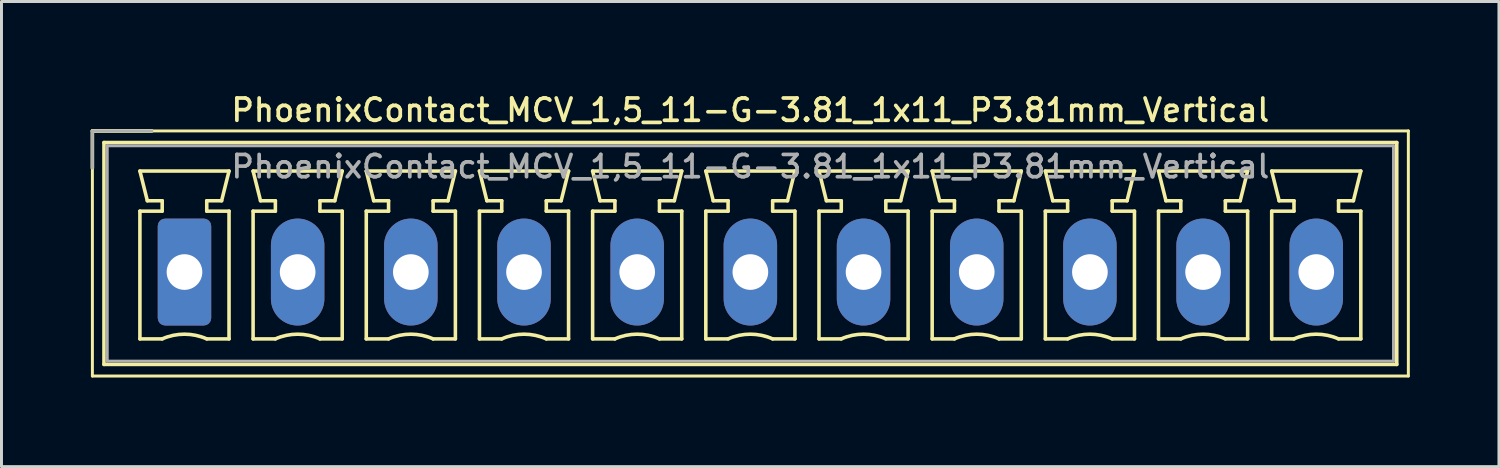
<source format=kicad_pcb>
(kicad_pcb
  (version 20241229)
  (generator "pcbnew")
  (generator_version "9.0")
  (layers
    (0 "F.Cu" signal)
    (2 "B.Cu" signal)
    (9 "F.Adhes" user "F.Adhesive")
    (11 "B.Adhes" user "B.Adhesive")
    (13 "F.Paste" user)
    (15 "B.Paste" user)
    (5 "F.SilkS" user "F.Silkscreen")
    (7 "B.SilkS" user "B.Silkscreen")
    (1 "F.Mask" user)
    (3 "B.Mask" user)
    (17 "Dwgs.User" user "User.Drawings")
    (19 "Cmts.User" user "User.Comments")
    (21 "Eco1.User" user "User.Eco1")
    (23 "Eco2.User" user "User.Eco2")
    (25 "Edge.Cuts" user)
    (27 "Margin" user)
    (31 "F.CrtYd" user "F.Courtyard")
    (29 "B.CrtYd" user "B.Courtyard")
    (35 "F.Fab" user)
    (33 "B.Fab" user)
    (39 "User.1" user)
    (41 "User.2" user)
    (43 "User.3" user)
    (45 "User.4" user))
  (footprint "PhoenixContact_MCV_1,5_11-G-3.81_1x11_P3.81mm_Vertical"
    (layer "F.Cu")
    (at 3.16 6.108)
    (property "Reference" "PhoenixContact_MCV_1,5_11-G-3.81_1x11_P3.81mm_Vertical" (at 19.05 -5.45 0) (layer "F.SilkS") (effects (font (size 0.75 0.75) (thickness 0.125))))
    (attr through_hole)
    (fp_line (start -3.1 -4.75) (end -3.1 3.5) (stroke (width 0.1) (type solid)) (layer "F.SilkS"))
    (fp_line (start -3.1 -4.75) (end -1.1 -4.75) (stroke (width 0.12) (type solid)) (layer "F.SilkS"))
    (fp_line (start -3.1 -3.5) (end -3.1 -4.75) (stroke (width 0.12) (type solid)) (layer "F.SilkS"))
    (fp_line (start -3.1 3.5) (end 41.2 3.5) (stroke (width 0.1) (type solid)) (layer "F.SilkS"))
    (fp_line (start -2.71 -4.36) (end -2.71 3.11) (stroke (width 0.12) (type solid)) (layer "F.SilkS"))
    (fp_line (start -2.71 3.11) (end 40.81 3.11) (stroke (width 0.12) (type solid)) (layer "F.SilkS"))
    (fp_line (start -1.5 -3.4) (end 1.5 -3.4) (stroke (width 0.12) (type solid)) (layer "F.SilkS"))
    (fp_line (start -1.5 -2.05) (end -0.75 -2.05) (stroke (width 0.12) (type solid)) (layer "F.SilkS"))
    (fp_line (start -1.5 2.25) (end -1.5 -2.05) (stroke (width 0.12) (type solid)) (layer "F.SilkS"))
    (fp_line (start -1.25 -2.4) (end -1.5 -3.4) (stroke (width 0.12) (type solid)) (layer "F.SilkS"))
    (fp_line (start -0.75 -2.4) (end -1.25 -2.4) (stroke (width 0.12) (type solid)) (layer "F.SilkS"))
    (fp_line (start -0.75 -2.05) (end -0.75 -2.4) (stroke (width 0.12) (type solid)) (layer "F.SilkS"))
    (fp_line (start -0.75 2.25) (end -1.5 2.25) (stroke (width 0.12) (type solid)) (layer "F.SilkS"))
    (fp_line (start 0.75 -2.4) (end 0.75 -2.05) (stroke (width 0.12) (type solid)) (layer "F.SilkS"))
    (fp_line (start 0.75 -2.05) (end 1.5 -2.05) (stroke (width 0.12) (type solid)) (layer "F.SilkS"))
    (fp_line (start 1.25 -2.4) (end 0.75 -2.4) (stroke (width 0.12) (type solid)) (layer "F.SilkS"))
    (fp_line (start 1.5 -3.4) (end 1.25 -2.4) (stroke (width 0.12) (type solid)) (layer "F.SilkS"))
    (fp_line (start 1.5 -2.05) (end 1.5 2.25) (stroke (width 0.12) (type solid)) (layer "F.SilkS"))
    (fp_line (start 1.5 2.25) (end 0.75 2.25) (stroke (width 0.12) (type solid)) (layer "F.SilkS"))
    (fp_line (start 2.31 -3.4) (end 5.31 -3.4) (stroke (width 0.12) (type solid)) (layer "F.SilkS"))
    (fp_line (start 2.31 -2.05) (end 3.06 -2.05) (stroke (width 0.12) (type solid)) (layer "F.SilkS"))
    (fp_line (start 2.31 2.25) (end 2.31 -2.05) (stroke (width 0.12) (type solid)) (layer "F.SilkS"))
    (fp_line (start 2.56 -2.4) (end 2.31 -3.4) (stroke (width 0.12) (type solid)) (layer "F.SilkS"))
    (fp_line (start 3.06 -2.4) (end 2.56 -2.4) (stroke (width 0.12) (type solid)) (layer "F.SilkS"))
    (fp_line (start 3.06 -2.05) (end 3.06 -2.4) (stroke (width 0.12) (type solid)) (layer "F.SilkS"))
    (fp_line (start 3.06 2.25) (end 2.31 2.25) (stroke (width 0.12) (type solid)) (layer "F.SilkS"))
    (fp_line (start 4.56 -2.4) (end 4.56 -2.05) (stroke (width 0.12) (type solid)) (layer "F.SilkS"))
    (fp_line (start 4.56 -2.05) (end 5.31 -2.05) (stroke (width 0.12) (type solid)) (layer "F.SilkS"))
    (fp_line (start 5.06 -2.4) (end 4.56 -2.4) (stroke (width 0.12) (type solid)) (layer "F.SilkS"))
    (fp_line (start 5.31 -3.4) (end 5.06 -2.4) (stroke (width 0.12) (type solid)) (layer "F.SilkS"))
    (fp_line (start 5.31 -2.05) (end 5.31 2.25) (stroke (width 0.12) (type solid)) (layer "F.SilkS"))
    (fp_line (start 5.31 2.25) (end 4.56 2.25) (stroke (width 0.12) (type solid)) (layer "F.SilkS"))
    (fp_line (start 6.12 -3.4) (end 9.12 -3.4) (stroke (width 0.12) (type solid)) (layer "F.SilkS"))
    (fp_line (start 6.12 -2.05) (end 6.87 -2.05) (stroke (width 0.12) (type solid)) (layer "F.SilkS"))
    (fp_line (start 6.12 2.25) (end 6.12 -2.05) (stroke (width 0.12) (type solid)) (layer "F.SilkS"))
    (fp_line (start 6.37 -2.4) (end 6.12 -3.4) (stroke (width 0.12) (type solid)) (layer "F.SilkS"))
    (fp_line (start 6.87 -2.4) (end 6.37 -2.4) (stroke (width 0.12) (type solid)) (layer "F.SilkS"))
    (fp_line (start 6.87 -2.05) (end 6.87 -2.4) (stroke (width 0.12) (type solid)) (layer "F.SilkS"))
    (fp_line (start 6.87 2.25) (end 6.12 2.25) (stroke (width 0.12) (type solid)) (layer "F.SilkS"))
    (fp_line (start 8.37 -2.4) (end 8.37 -2.05) (stroke (width 0.12) (type solid)) (layer "F.SilkS"))
    (fp_line (start 8.37 -2.05) (end 9.12 -2.05) (stroke (width 0.12) (type solid)) (layer "F.SilkS"))
    (fp_line (start 8.87 -2.4) (end 8.37 -2.4) (stroke (width 0.12) (type solid)) (layer "F.SilkS"))
    (fp_line (start 9.12 -3.4) (end 8.87 -2.4) (stroke (width 0.12) (type solid)) (layer "F.SilkS"))
    (fp_line (start 9.12 -2.05) (end 9.12 2.25) (stroke (width 0.12) (type solid)) (layer "F.SilkS"))
    (fp_line (start 9.12 2.25) (end 8.37 2.25) (stroke (width 0.12) (type solid)) (layer "F.SilkS"))
    (fp_line (start 9.93 -3.4) (end 12.93 -3.4) (stroke (width 0.12) (type solid)) (layer "F.SilkS"))
    (fp_line (start 9.93 -2.05) (end 10.68 -2.05) (stroke (width 0.12) (type solid)) (layer "F.SilkS"))
    (fp_line (start 9.93 2.25) (end 9.93 -2.05) (stroke (width 0.12) (type solid)) (layer "F.SilkS"))
    (fp_line (start 10.18 -2.4) (end 9.93 -3.4) (stroke (width 0.12) (type solid)) (layer "F.SilkS"))
    (fp_line (start 10.68 -2.4) (end 10.18 -2.4) (stroke (width 0.12) (type solid)) (layer "F.SilkS"))
    (fp_line (start 10.68 -2.05) (end 10.68 -2.4) (stroke (width 0.12) (type solid)) (layer "F.SilkS"))
    (fp_line (start 10.68 2.25) (end 9.93 2.25) (stroke (width 0.12) (type solid)) (layer "F.SilkS"))
    (fp_line (start 12.18 -2.4) (end 12.18 -2.05) (stroke (width 0.12) (type solid)) (layer "F.SilkS"))
    (fp_line (start 12.18 -2.05) (end 12.93 -2.05) (stroke (width 0.12) (type solid)) (layer "F.SilkS"))
    (fp_line (start 12.68 -2.4) (end 12.18 -2.4) (stroke (width 0.12) (type solid)) (layer "F.SilkS"))
    (fp_line (start 12.93 -3.4) (end 12.68 -2.4) (stroke (width 0.12) (type solid)) (layer "F.SilkS"))
    (fp_line (start 12.93 -2.05) (end 12.93 2.25) (stroke (width 0.12) (type solid)) (layer "F.SilkS"))
    (fp_line (start 12.93 2.25) (end 12.18 2.25) (stroke (width 0.12) (type solid)) (layer "F.SilkS"))
    (fp_line (start 13.74 -3.4) (end 16.74 -3.4) (stroke (width 0.12) (type solid)) (layer "F.SilkS"))
    (fp_line (start 13.74 -2.05) (end 14.49 -2.05) (stroke (width 0.12) (type solid)) (layer "F.SilkS"))
    (fp_line (start 13.74 2.25) (end 13.74 -2.05) (stroke (width 0.12) (type solid)) (layer "F.SilkS"))
    (fp_line (start 13.99 -2.4) (end 13.74 -3.4) (stroke (width 0.12) (type solid)) (layer "F.SilkS"))
    (fp_line (start 14.49 -2.4) (end 13.99 -2.4) (stroke (width 0.12) (type solid)) (layer "F.SilkS"))
    (fp_line (start 14.49 -2.05) (end 14.49 -2.4) (stroke (width 0.12) (type solid)) (layer "F.SilkS"))
    (fp_line (start 14.49 2.25) (end 13.74 2.25) (stroke (width 0.12) (type solid)) (layer "F.SilkS"))
    (fp_line (start 15.99 -2.4) (end 15.99 -2.05) (stroke (width 0.12) (type solid)) (layer "F.SilkS"))
    (fp_line (start 15.99 -2.05) (end 16.74 -2.05) (stroke (width 0.12) (type solid)) (layer "F.SilkS"))
    (fp_line (start 16.49 -2.4) (end 15.99 -2.4) (stroke (width 0.12) (type solid)) (layer "F.SilkS"))
    (fp_line (start 16.74 -3.4) (end 16.49 -2.4) (stroke (width 0.12) (type solid)) (layer "F.SilkS"))
    (fp_line (start 16.74 -2.05) (end 16.74 2.25) (stroke (width 0.12) (type solid)) (layer "F.SilkS"))
    (fp_line (start 16.74 2.25) (end 15.99 2.25) (stroke (width 0.12) (type solid)) (layer "F.SilkS"))
    (fp_line (start 17.55 -3.4) (end 20.55 -3.4) (stroke (width 0.12) (type solid)) (layer "F.SilkS"))
    (fp_line (start 17.55 -2.05) (end 18.3 -2.05) (stroke (width 0.12) (type solid)) (layer "F.SilkS"))
    (fp_line (start 17.55 2.25) (end 17.55 -2.05) (stroke (width 0.12) (type solid)) (layer "F.SilkS"))
    (fp_line (start 17.8 -2.4) (end 17.55 -3.4) (stroke (width 0.12) (type solid)) (layer "F.SilkS"))
    (fp_line (start 18.3 -2.4) (end 17.8 -2.4) (stroke (width 0.12) (type solid)) (layer "F.SilkS"))
    (fp_line (start 18.3 -2.05) (end 18.3 -2.4) (stroke (width 0.12) (type solid)) (layer "F.SilkS"))
    (fp_line (start 18.3 2.25) (end 17.55 2.25) (stroke (width 0.12) (type solid)) (layer "F.SilkS"))
    (fp_line (start 19.8 -2.4) (end 19.8 -2.05) (stroke (width 0.12) (type solid)) (layer "F.SilkS"))
    (fp_line (start 19.8 -2.05) (end 20.55 -2.05) (stroke (width 0.12) (type solid)) (layer "F.SilkS"))
    (fp_line (start 20.3 -2.4) (end 19.8 -2.4) (stroke (width 0.12) (type solid)) (layer "F.SilkS"))
    (fp_line (start 20.55 -3.4) (end 20.3 -2.4) (stroke (width 0.12) (type solid)) (layer "F.SilkS"))
    (fp_line (start 20.55 -2.05) (end 20.55 2.25) (stroke (width 0.12) (type solid)) (layer "F.SilkS"))
    (fp_line (start 20.55 2.25) (end 19.8 2.25) (stroke (width 0.12) (type solid)) (layer "F.SilkS"))
    (fp_line (start 21.36 -3.4) (end 24.36 -3.4) (stroke (width 0.12) (type solid)) (layer "F.SilkS"))
    (fp_line (start 21.36 -2.05) (end 22.11 -2.05) (stroke (width 0.12) (type solid)) (layer "F.SilkS"))
    (fp_line (start 21.36 2.25) (end 21.36 -2.05) (stroke (width 0.12) (type solid)) (layer "F.SilkS"))
    (fp_line (start 21.61 -2.4) (end 21.36 -3.4) (stroke (width 0.12) (type solid)) (layer "F.SilkS"))
    (fp_line (start 22.11 -2.4) (end 21.61 -2.4) (stroke (width 0.12) (type solid)) (layer "F.SilkS"))
    (fp_line (start 22.11 -2.05) (end 22.11 -2.4) (stroke (width 0.12) (type solid)) (layer "F.SilkS"))
    (fp_line (start 22.11 2.25) (end 21.36 2.25) (stroke (width 0.12) (type solid)) (layer "F.SilkS"))
    (fp_line (start 23.61 -2.4) (end 23.61 -2.05) (stroke (width 0.12) (type solid)) (layer "F.SilkS"))
    (fp_line (start 23.61 -2.05) (end 24.36 -2.05) (stroke (width 0.12) (type solid)) (layer "F.SilkS"))
    (fp_line (start 24.11 -2.4) (end 23.61 -2.4) (stroke (width 0.12) (type solid)) (layer "F.SilkS"))
    (fp_line (start 24.36 -3.4) (end 24.11 -2.4) (stroke (width 0.12) (type solid)) (layer "F.SilkS"))
    (fp_line (start 24.36 -2.05) (end 24.36 2.25) (stroke (width 0.12) (type solid)) (layer "F.SilkS"))
    (fp_line (start 24.36 2.25) (end 23.61 2.25) (stroke (width 0.12) (type solid)) (layer "F.SilkS"))
    (fp_line (start 25.17 -3.4) (end 28.17 -3.4) (stroke (width 0.12) (type solid)) (layer "F.SilkS"))
    (fp_line (start 25.17 -2.05) (end 25.92 -2.05) (stroke (width 0.12) (type solid)) (layer "F.SilkS"))
    (fp_line (start 25.17 2.25) (end 25.17 -2.05) (stroke (width 0.12) (type solid)) (layer "F.SilkS"))
    (fp_line (start 25.42 -2.4) (end 25.17 -3.4) (stroke (width 0.12) (type solid)) (layer "F.SilkS"))
    (fp_line (start 25.92 -2.4) (end 25.42 -2.4) (stroke (width 0.12) (type solid)) (layer "F.SilkS"))
    (fp_line (start 25.92 -2.05) (end 25.92 -2.4) (stroke (width 0.12) (type solid)) (layer "F.SilkS"))
    (fp_line (start 25.92 2.25) (end 25.17 2.25) (stroke (width 0.12) (type solid)) (layer "F.SilkS"))
    (fp_line (start 27.42 -2.4) (end 27.42 -2.05) (stroke (width 0.12) (type solid)) (layer "F.SilkS"))
    (fp_line (start 27.42 -2.05) (end 28.17 -2.05) (stroke (width 0.12) (type solid)) (layer "F.SilkS"))
    (fp_line (start 27.92 -2.4) (end 27.42 -2.4) (stroke (width 0.12) (type solid)) (layer "F.SilkS"))
    (fp_line (start 28.17 -3.4) (end 27.92 -2.4) (stroke (width 0.12) (type solid)) (layer "F.SilkS"))
    (fp_line (start 28.17 -2.05) (end 28.17 2.25) (stroke (width 0.12) (type solid)) (layer "F.SilkS"))
    (fp_line (start 28.17 2.25) (end 27.42 2.25) (stroke (width 0.12) (type solid)) (layer "F.SilkS"))
    (fp_line (start 28.98 -3.4) (end 31.98 -3.4) (stroke (width 0.12) (type solid)) (layer "F.SilkS"))
    (fp_line (start 28.98 -2.05) (end 29.73 -2.05) (stroke (width 0.12) (type solid)) (layer "F.SilkS"))
    (fp_line (start 28.98 2.25) (end 28.98 -2.05) (stroke (width 0.12) (type solid)) (layer "F.SilkS"))
    (fp_line (start 29.23 -2.4) (end 28.98 -3.4) (stroke (width 0.12) (type solid)) (layer "F.SilkS"))
    (fp_line (start 29.73 -2.4) (end 29.23 -2.4) (stroke (width 0.12) (type solid)) (layer "F.SilkS"))
    (fp_line (start 29.73 -2.05) (end 29.73 -2.4) (stroke (width 0.12) (type solid)) (layer "F.SilkS"))
    (fp_line (start 29.73 2.25) (end 28.98 2.25) (stroke (width 0.12) (type solid)) (layer "F.SilkS"))
    (fp_line (start 31.23 -2.4) (end 31.23 -2.05) (stroke (width 0.12) (type solid)) (layer "F.SilkS"))
    (fp_line (start 31.23 -2.05) (end 31.98 -2.05) (stroke (width 0.12) (type solid)) (layer "F.SilkS"))
    (fp_line (start 31.73 -2.4) (end 31.23 -2.4) (stroke (width 0.12) (type solid)) (layer "F.SilkS"))
    (fp_line (start 31.98 -3.4) (end 31.73 -2.4) (stroke (width 0.12) (type solid)) (layer "F.SilkS"))
    (fp_line (start 31.98 -2.05) (end 31.98 2.25) (stroke (width 0.12) (type solid)) (layer "F.SilkS"))
    (fp_line (start 31.98 2.25) (end 31.23 2.25) (stroke (width 0.12) (type solid)) (layer "F.SilkS"))
    (fp_line (start 32.79 -3.4) (end 35.79 -3.4) (stroke (width 0.12) (type solid)) (layer "F.SilkS"))
    (fp_line (start 32.79 -2.05) (end 33.54 -2.05) (stroke (width 0.12) (type solid)) (layer "F.SilkS"))
    (fp_line (start 32.79 2.25) (end 32.79 -2.05) (stroke (width 0.12) (type solid)) (layer "F.SilkS"))
    (fp_line (start 33.04 -2.4) (end 32.79 -3.4) (stroke (width 0.12) (type solid)) (layer "F.SilkS"))
    (fp_line (start 33.54 -2.4) (end 33.04 -2.4) (stroke (width 0.12) (type solid)) (layer "F.SilkS"))
    (fp_line (start 33.54 -2.05) (end 33.54 -2.4) (stroke (width 0.12) (type solid)) (layer "F.SilkS"))
    (fp_line (start 33.54 2.25) (end 32.79 2.25) (stroke (width 0.12) (type solid)) (layer "F.SilkS"))
    (fp_line (start 35.04 -2.4) (end 35.04 -2.05) (stroke (width 0.12) (type solid)) (layer "F.SilkS"))
    (fp_line (start 35.04 -2.05) (end 35.79 -2.05) (stroke (width 0.12) (type solid)) (layer "F.SilkS"))
    (fp_line (start 35.54 -2.4) (end 35.04 -2.4) (stroke (width 0.12) (type solid)) (layer "F.SilkS"))
    (fp_line (start 35.79 -3.4) (end 35.54 -2.4) (stroke (width 0.12) (type solid)) (layer "F.SilkS"))
    (fp_line (start 35.79 -2.05) (end 35.79 2.25) (stroke (width 0.12) (type solid)) (layer "F.SilkS"))
    (fp_line (start 35.79 2.25) (end 35.04 2.25) (stroke (width 0.12) (type solid)) (layer "F.SilkS"))
    (fp_line (start 36.6 -3.4) (end 39.6 -3.4) (stroke (width 0.12) (type solid)) (layer "F.SilkS"))
    (fp_line (start 36.6 -2.05) (end 37.35 -2.05) (stroke (width 0.12) (type solid)) (layer "F.SilkS"))
    (fp_line (start 36.6 2.25) (end 36.6 -2.05) (stroke (width 0.12) (type solid)) (layer "F.SilkS"))
    (fp_line (start 36.85 -2.4) (end 36.6 -3.4) (stroke (width 0.12) (type solid)) (layer "F.SilkS"))
    (fp_line (start 37.35 -2.4) (end 36.85 -2.4) (stroke (width 0.12) (type solid)) (layer "F.SilkS"))
    (fp_line (start 37.35 -2.05) (end 37.35 -2.4) (stroke (width 0.12) (type solid)) (layer "F.SilkS"))
    (fp_line (start 37.35 2.25) (end 36.6 2.25) (stroke (width 0.12) (type solid)) (layer "F.SilkS"))
    (fp_line (start 38.85 -2.4) (end 38.85 -2.05) (stroke (width 0.12) (type solid)) (layer "F.SilkS"))
    (fp_line (start 38.85 -2.05) (end 39.6 -2.05) (stroke (width 0.12) (type solid)) (layer "F.SilkS"))
    (fp_line (start 39.35 -2.4) (end 38.85 -2.4) (stroke (width 0.12) (type solid)) (layer "F.SilkS"))
    (fp_line (start 39.6 -3.4) (end 39.35 -2.4) (stroke (width 0.12) (type solid)) (layer "F.SilkS"))
    (fp_line (start 39.6 -2.05) (end 39.6 2.25) (stroke (width 0.12) (type solid)) (layer "F.SilkS"))
    (fp_line (start 39.6 2.25) (end 38.85 2.25) (stroke (width 0.12) (type solid)) (layer "F.SilkS"))
    (fp_line (start 40.81 -4.36) (end -2.71 -4.36) (stroke (width 0.12) (type solid)) (layer "F.SilkS"))
    (fp_line (start 40.81 3.11) (end 40.81 -4.36) (stroke (width 0.12) (type solid)) (layer "F.SilkS"))
    (fp_line (start 41.2 -4.75) (end -3.1 -4.75) (stroke (width 0.1) (type solid)) (layer "F.SilkS"))
    (fp_line (start 41.2 3.5) (end 41.2 -4.75) (stroke (width 0.1) (type solid)) (layer "F.SilkS"))
    (fp_arc (start -0.75 2.25) (mid -0.000193 2.09191) (end 0.749647 2.249844) (stroke (width 0.12) (type solid)) (layer "F.SilkS"))
    (fp_arc (start 3.06 2.25) (mid 3.809807 2.09191) (end 4.559647 2.249844) (stroke (width 0.12) (type solid)) (layer "F.SilkS"))
    (fp_arc (start 6.87 2.25) (mid 7.619807 2.09191) (end 8.369647 2.249844) (stroke (width 0.12) (type solid)) (layer "F.SilkS"))
    (fp_arc (start 10.68 2.25) (mid 11.429807 2.09191) (end 12.179647 2.249844) (stroke (width 0.12) (type solid)) (layer "F.SilkS"))
    (fp_arc (start 14.49 2.25) (mid 15.239807 2.09191) (end 15.989647 2.249844) (stroke (width 0.12) (type solid)) (layer "F.SilkS"))
    (fp_arc (start 18.3 2.25) (mid 19.049807 2.09191) (end 19.799647 2.249844) (stroke (width 0.12) (type solid)) (layer "F.SilkS"))
    (fp_arc (start 22.11 2.25) (mid 22.859807 2.09191) (end 23.609647 2.249844) (stroke (width 0.12) (type solid)) (layer "F.SilkS"))
    (fp_arc (start 25.92 2.25) (mid 26.669807 2.09191) (end 27.419647 2.249844) (stroke (width 0.12) (type solid)) (layer "F.SilkS"))
    (fp_arc (start 29.73 2.25) (mid 30.479807 2.09191) (end 31.229647 2.249844) (stroke (width 0.12) (type solid)) (layer "F.SilkS"))
    (fp_arc (start 33.54 2.25) (mid 34.289807 2.09191) (end 35.039647 2.249844) (stroke (width 0.12) (type solid)) (layer "F.SilkS"))
    (fp_arc (start 37.35 2.25) (mid 38.099807 2.09191) (end 38.849647 2.249844) (stroke (width 0.12) (type solid)) (layer "F.SilkS"))
    (fp_line (start -3.1 -4.75) (end -1.1 -4.75) (stroke (width 0.1) (type solid)) (layer "F.Fab"))
    (fp_line (start -3.1 -3.5) (end -3.1 -4.75) (stroke (width 0.1) (type solid)) (layer "F.Fab"))
    (fp_line (start -2.6 -4.25) (end -2.6 3) (stroke (width 0.1) (type solid)) (layer "F.Fab"))
    (fp_line (start -2.6 3) (end 40.7 3) (stroke (width 0.1) (type solid)) (layer "F.Fab"))
    (fp_line (start 40.7 -4.25) (end -2.6 -4.25) (stroke (width 0.1) (type solid)) (layer "F.Fab"))
    (fp_line (start 40.7 3) (end 40.7 -4.25) (stroke (width 0.1) (type solid)) (layer "F.Fab"))
    (fp_text user "${REFERENCE}" (at 19.05 -3.55 0) (layer "F.Fab") (effects (font (size 0.75 0.75) (thickness 0.125))))
    (pad "1" thru_hole roundrect (at 0 0) (size 1.8 3.6) (drill 1.2) (layers "*.Cu" "*.Mask") (roundrect_rratio 0.139))
    (pad "2" thru_hole oval (at 3.81 0) (size 1.8 3.6) (drill 1.2) (layers "*.Cu" "*.Mask"))
    (pad "3" thru_hole oval (at 7.62 0) (size 1.8 3.6) (drill 1.2) (layers "*.Cu" "*.Mask"))
    (pad "4" thru_hole oval (at 11.43 0) (size 1.8 3.6) (drill 1.2) (layers "*.Cu" "*.Mask"))
    (pad "5" thru_hole oval (at 15.24 0) (size 1.8 3.6) (drill 1.2) (layers "*.Cu" "*.Mask"))
    (pad "6" thru_hole oval (at 19.05 0) (size 1.8 3.6) (drill 1.2) (layers "*.Cu" "*.Mask"))
    (pad "7" thru_hole oval (at 22.86 0) (size 1.8 3.6) (drill 1.2) (layers "*.Cu" "*.Mask"))
    (pad "8" thru_hole oval (at 26.67 0) (size 1.8 3.6) (drill 1.2) (layers "*.Cu" "*.Mask"))
    (pad "9" thru_hole oval (at 30.48 0) (size 1.8 3.6) (drill 1.2) (layers "*.Cu" "*.Mask"))
    (pad "10" thru_hole oval (at 34.29 0) (size 1.8 3.6) (drill 1.2) (layers "*.Cu" "*.Mask"))
    (pad "11" thru_hole oval (at 38.1 0) (size 1.8 3.6) (drill 1.2) (layers "*.Cu" "*.Mask")))
  (gr_rect
    (start -3 -3)
    (end 47.41 12.658)
    (stroke (width 0.1) (type default))
    (fill no)
    (layer "Edge.Cuts")))
</source>
